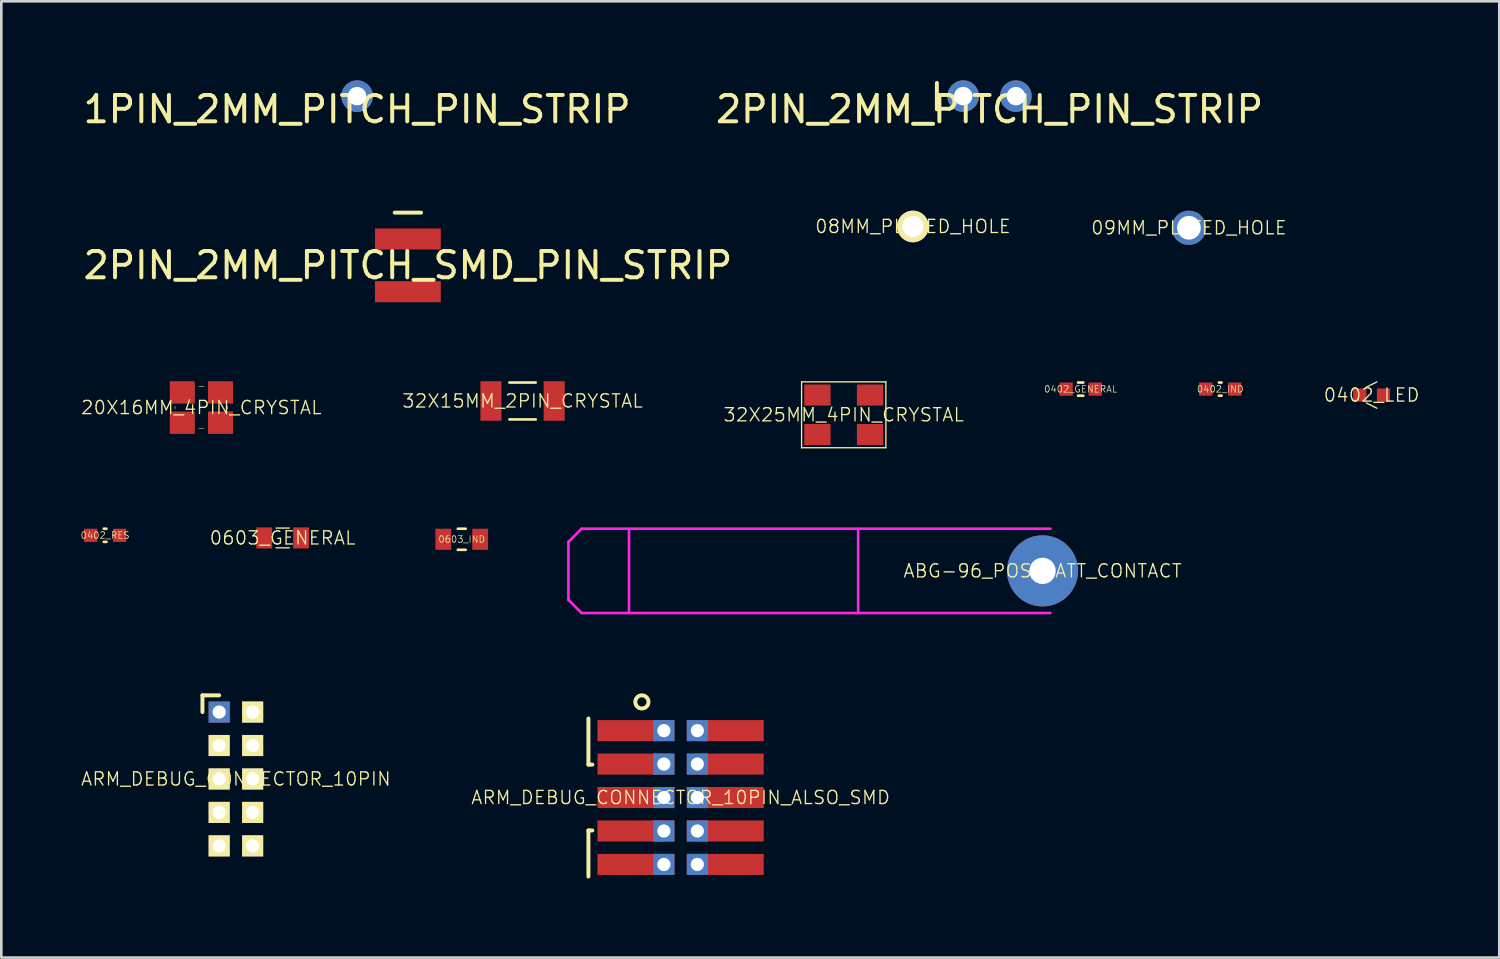
<source format=kicad_pcb>
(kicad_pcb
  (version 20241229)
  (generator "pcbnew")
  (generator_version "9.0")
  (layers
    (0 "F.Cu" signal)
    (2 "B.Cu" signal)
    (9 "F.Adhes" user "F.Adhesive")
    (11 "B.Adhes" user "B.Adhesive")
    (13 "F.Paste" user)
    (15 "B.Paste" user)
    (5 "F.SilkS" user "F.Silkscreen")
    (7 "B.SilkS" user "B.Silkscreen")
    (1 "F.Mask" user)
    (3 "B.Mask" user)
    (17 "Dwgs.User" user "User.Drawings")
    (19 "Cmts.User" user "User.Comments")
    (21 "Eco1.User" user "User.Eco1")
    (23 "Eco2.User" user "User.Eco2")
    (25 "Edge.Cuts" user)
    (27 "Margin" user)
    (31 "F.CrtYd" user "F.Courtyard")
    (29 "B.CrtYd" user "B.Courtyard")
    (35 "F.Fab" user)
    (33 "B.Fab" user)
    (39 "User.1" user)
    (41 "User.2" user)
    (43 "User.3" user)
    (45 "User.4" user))
  (footprint "0603_GENERAL"
    (layer "F.Cu")
    (at 7.681 17.373)
    (property "Reference" "0603_GENERAL" (at 0 0 0) (layer "F.SilkS") (effects (font (size 0.5 0.5) (thickness 0.05))))
    (attr smd)
    (fp_line (start -0.25 0.375) (end 0.25 0.375) (stroke (width 0.05) (type solid)) (layer "F.SilkS"))
    (fp_line (start 0.25 -0.375) (end -0.25 -0.375) (stroke (width 0.05) (type solid)) (layer "F.SilkS"))
    (pad "1" smd rect (at -0.7 0) (size 0.6 0.8) (layers "F.Cu" "F.Mask" "F.Paste"))
    (pad "2" smd rect (at 0.7 0) (size 0.6 0.8) (layers "F.Cu" "F.Mask" "F.Paste")))
  (footprint "2PIN_2MM_PITCH_PIN_STRIP"
    (layer "F.Cu")
    (at 34.518 0.6)
    (property "Reference" "2PIN_2MM_PITCH_PIN_STRIP" (at 0 0.5 0) (layer "F.SilkS") (effects (font (size 1 1) (thickness 0.15))))
    (attr through_hole)
    (fp_line (start -2 -0.5) (end -2 0.5) (stroke (width 0.15) (type solid)) (layer "F.SilkS"))
    (pad "1" thru_hole circle (at -1 0) (size 1.2 1.2) (drill 0.7) (layers "*.Cu" "*.Mask"))
    (pad "2" thru_hole circle (at 1 0) (size 1.2 1.2) (drill 0.7) (layers "*.Cu" "*.Mask")))
  (footprint "ARM_DEBUG_CONNECTOR_10PIN_ALSO_SMD"
    (layer "F.Cu")
    (at 22.789 27.228)
    (property "Reference" "ARM_DEBUG_CONNECTOR_10PIN_ALSO_SMD" (at 0 0 0) (layer "F.SilkS") (effects (font (size 0.5 0.5) (thickness 0.05))))
    (attr through_hole)
    (fp_line (start -3.5 -1.25) (end -3.5 -3) (stroke (width 0.15) (type solid)) (layer "F.SilkS"))
    (fp_line (start -3.5 -1.25) (end -3.35 -1.25) (stroke (width 0.15) (type solid)) (layer "F.SilkS"))
    (fp_line (start -3.5 1.25) (end -3.5 3) (stroke (width 0.15) (type solid)) (layer "F.SilkS"))
    (fp_line (start -3.5 1.25) (end -3.35 1.25) (stroke (width 0.15) (type solid)) (layer "F.SilkS"))
    (fp_circle (center -1.47 -3.63) (end -1.47 -3.38) (stroke (width 0.15) (type solid)) (fill no) (layer "F.SilkS"))
    (pad "1" smd rect (at -1.905 -2.54) (size 2.5 0.8) (layers "F.Cu" "F.Mask" "F.Paste"))
    (pad "1" thru_hole rect (at -0.635 -2.54) (size 0.8 0.8) (drill 0.5) (layers "*.Cu" "*.Mask"))
    (pad "2" thru_hole rect (at 0.635 -2.54) (size 0.8 0.8) (drill 0.5) (layers "*.Cu" "*.Mask"))
    (pad "2" smd rect (at 1.905 -2.54) (size 2.5 0.8) (layers "F.Cu" "F.Mask" "F.Paste"))
    (pad "3" smd rect (at -1.905 -1.27) (size 2.5 0.8) (layers "F.Cu" "F.Mask" "F.Paste"))
    (pad "3" thru_hole rect (at -0.635 -1.27) (size 0.8 0.8) (drill 0.5) (layers "*.Cu" "*.Mask"))
    (pad "4" thru_hole rect (at 0.635 -1.27) (size 0.8 0.8) (drill 0.5) (layers "*.Cu" "*.Mask"))
    (pad "4" smd rect (at 1.905 -1.27) (size 2.5 0.8) (layers "F.Cu" "F.Mask" "F.Paste"))
    (pad "5" smd rect (at -1.905 0) (size 2.5 0.8) (layers "F.Cu" "F.Mask" "F.Paste"))
    (pad "5" thru_hole rect (at -0.635 0) (size 0.8 0.8) (drill 0.5) (layers "*.Cu" "*.Mask"))
    (pad "6" thru_hole rect (at 0.635 0) (size 0.8 0.8) (drill 0.5) (layers "*.Cu" "*.Mask"))
    (pad "6" smd rect (at 1.905 0) (size 2.5 0.8) (layers "F.Cu" "F.Mask" "F.Paste"))
    (pad "7" smd rect (at -1.905 1.27) (size 2.5 0.8) (layers "F.Cu" "F.Mask" "F.Paste"))
    (pad "7" thru_hole rect (at -0.635 1.27) (size 0.8 0.8) (drill 0.5) (layers "*.Cu" "*.Mask"))
    (pad "8" thru_hole rect (at 0.635 1.27) (size 0.8 0.8) (drill 0.5) (layers "*.Cu" "*.Mask"))
    (pad "8" smd rect (at 1.905 1.27) (size 2.5 0.8) (layers "F.Cu" "F.Mask" "F.Paste"))
    (pad "9" smd rect (at -1.905 2.54) (size 2.5 0.8) (layers "F.Cu" "F.Mask" "F.Paste"))
    (pad "9" thru_hole rect (at -0.635 2.54) (size 0.8 0.8) (drill 0.5) (layers "*.Cu" "*.Mask"))
    (pad "10" thru_hole rect (at 0.635 2.54) (size 0.8 0.8) (drill 0.5) (layers "*.Cu" "*.Mask"))
    (pad "10" smd rect (at 1.905 2.54) (size 2.5 0.8) (layers "F.Cu" "F.Mask" "F.Paste")))
  (footprint "ARM_DEBUG_CONNECTOR_10PIN"
    (layer "F.Cu")
    (at 5.906 26.523)
    (property "Reference" "ARM_DEBUG_CONNECTOR_10PIN" (at 0 0 0) (layer "F.SilkS") (effects (font (size 0.5 0.5) (thickness 0.05))))
    (attr through_hole)
    (fp_line (start -1.27 -3.175) (end -1.27 -2.54) (stroke (width 0.15) (type solid)) (layer "F.SilkS"))
    (fp_line (start -0.635 -3.175) (end -1.27 -3.175) (stroke (width 0.15) (type solid)) (layer "F.SilkS"))
    (pad "1" thru_hole rect (at -0.635 -2.54) (size 0.8 0.8) (drill 0.5) (layers "*.Cu" "*.Mask"))
    (pad "2" thru_hole rect (at 0.635 -2.54) (size 0.8 0.8) (drill 0.5) (layers "*.Cu" "*.Mask" "F.SilkS"))
    (pad "3" thru_hole rect (at -0.635 -1.27) (size 0.8 0.8) (drill 0.5) (layers "*.Cu" "*.Mask" "F.SilkS"))
    (pad "4" thru_hole rect (at 0.635 -1.27) (size 0.8 0.8) (drill 0.5) (layers "*.Cu" "*.Mask" "F.SilkS"))
    (pad "5" thru_hole rect (at -0.635 0) (size 0.8 0.8) (drill 0.5) (layers "*.Cu" "*.Mask" "F.SilkS"))
    (pad "6" thru_hole rect (at 0.635 0) (size 0.8 0.8) (drill 0.5) (layers "*.Cu" "*.Mask" "F.SilkS"))
    (pad "7" thru_hole rect (at -0.635 1.27) (size 0.8 0.8) (drill 0.5) (layers "*.Cu" "*.Mask" "F.SilkS"))
    (pad "8" thru_hole rect (at 0.635 1.27) (size 0.8 0.8) (drill 0.5) (layers "*.Cu" "*.Mask" "F.SilkS"))
    (pad "9" thru_hole rect (at -0.635 2.54) (size 0.8 0.8) (drill 0.5) (layers "*.Cu" "*.Mask" "F.SilkS"))
    (pad "10" thru_hole rect (at 0.635 2.54) (size 0.8 0.8) (drill 0.5) (layers "*.Cu" "*.Mask" "F.SilkS")))
  (footprint "32X25MM_4PIN_CRYSTAL"
    (layer "F.Cu")
    (at 28.982 12.698)
    (property "Reference" "32X25MM_4PIN_CRYSTAL" (at 0 0 0) (layer "F.SilkS") (effects (font (size 0.5 0.5) (thickness 0.05))))
    (attr smd)
    (fp_line (start -1.6 -1.25) (end 1.6 -1.25) (stroke (width 0.05) (type solid)) (layer "F.SilkS"))
    (fp_line (start -1.6 1.25) (end -1.6 -1.25) (stroke (width 0.05) (type solid)) (layer "F.SilkS"))
    (fp_line (start 1.6 -1.25) (end 1.6 1.25) (stroke (width 0.05) (type solid)) (layer "F.SilkS"))
    (fp_line (start 1.6 1.25) (end -1.6 1.25) (stroke (width 0.05) (type solid)) (layer "F.SilkS"))
    (pad "1" smd rect (at -1 0.75) (size 1 0.8) (layers "F.Cu" "F.Mask" "F.Paste"))
    (pad "2" smd rect (at 1 0.75) (size 1 0.8) (layers "F.Cu" "F.Mask" "F.Paste"))
    (pad "3" smd rect (at 1 -0.75) (size 1 0.8) (layers "F.Cu" "F.Mask" "F.Paste"))
    (pad "4" smd rect (at -1 -0.75) (size 1 0.8) (layers "F.Cu" "F.Mask" "F.Paste")))
  (footprint "2PIN_2MM_PITCH_SMD_PIN_STRIP"
    (layer "F.Cu")
    (at 12.435 7.023)
    (property "Reference" "2PIN_2MM_PITCH_SMD_PIN_STRIP" (at 0 0 0) (layer "F.SilkS") (effects (font (size 1 1) (thickness 0.15))))
    (attr through_hole)
    (fp_line (start -0.5 -2) (end 0.5 -2) (stroke (width 0.15) (type solid)) (layer "F.SilkS"))
    (pad "1" smd rect (at 0 -1) (size 2.5 0.8) (layers "F.Cu" "F.Mask"))
    (pad "2" smd rect (at 0 1) (size 2.5 0.8) (layers "F.Cu" "F.Mask")))
  (footprint "1PIN_2MM_PITCH_PIN_STRIP"
    (layer "F.Cu")
    (at 10.506 0.6)
    (property "Reference" "1PIN_2MM_PITCH_PIN_STRIP" (at 0 0.5 0) (layer "F.SilkS") (effects (font (size 1 1) (thickness 0.15))))
    (attr through_hole)
    (pad "1" thru_hole circle (at 0 0) (size 1.2 1.2) (drill 0.7) (layers "*.Cu" "*.Mask")))
  (footprint "32X15MM_2PIN_CRYSTAL"
    (layer "F.Cu")
    (at 16.789 12.173)
    (property "Reference" "32X15MM_2PIN_CRYSTAL" (at 0 0 0) (layer "F.SilkS") (effects (font (size 0.5 0.5) (thickness 0.05))))
    (attr through_hole)
    (fp_line (start -0.5 -0.7) (end 0.5 -0.7) (stroke (width 0.1) (type solid)) (layer "F.SilkS"))
    (fp_line (start -0.5 0.7) (end 0.5 0.7) (stroke (width 0.1) (type solid)) (layer "F.SilkS"))
    (pad "1" smd rect (at -1.2 0) (size 0.8 1.5) (layers "F.Cu" "F.Mask" "F.Paste"))
    (pad "2" smd rect (at 1.2 0) (size 0.8 1.5) (layers "F.Cu" "F.Mask" "F.Paste")))
  (footprint "0402_GENERAL"
    (layer "F.Cu")
    (at 37.978 11.723)
    (property "Reference" "0402_GENERAL" (at 0 0 0) (layer "F.SilkS") (effects (font (size 0.25 0.25) (thickness 0.025))))
    (attr smd)
    (fp_line (start -0.1 -0.25) (end 0.1 -0.25) (stroke (width 0.1) (type solid)) (layer "F.SilkS"))
    (fp_line (start -0.1 0.25) (end 0.1 0.25) (stroke (width 0.1) (type solid)) (layer "F.SilkS"))
    (pad "1" smd rect (at -0.55 0) (size 0.5 0.5) (layers "F.Cu" "F.Mask" "F.Paste"))
    (pad "2" smd rect (at 0.55 0) (size 0.5 0.5) (layers "F.Cu" "F.Mask" "F.Paste")))
  (footprint "0402_LED"
    (layer "F.Cu")
    (at 49.023 11.948)
    (property "Reference" "0402_LED" (at 0 0 0) (layer "F.SilkS") (effects (font (size 0.5 0.5) (thickness 0.05))))
    (attr smd)
    (fp_line (start -0.2 -0.3) (end 0.2 -0.5) (stroke (width 0.05) (type solid)) (layer "F.SilkS"))
    (fp_line (start -0.2 0.3) (end 0.2 0.5) (stroke (width 0.05) (type solid)) (layer "F.SilkS"))
    (pad "1" smd rect (at -0.45 0) (size 0.5 0.5) (layers "F.Cu" "F.Mask" "F.Paste"))
    (pad "2" smd rect (at 0.45 0) (size 0.5 0.5) (layers "F.Cu" "F.Mask" "F.Paste")))
  (footprint "0603_IND"
    (layer "F.Cu")
    (at 14.48 17.423)
    (property "Reference" "0603_IND" (at 0 0 0) (layer "F.SilkS") (effects (font (size 0.25 0.25) (thickness 0.025))))
    (attr smd)
    (fp_line (start -0.15 -0.4) (end 0.15 -0.4) (stroke (width 0.1) (type solid)) (layer "F.SilkS"))
    (fp_line (start -0.15 0.4) (end 0.15 0.4) (stroke (width 0.1) (type solid)) (layer "F.SilkS"))
    (pad "1" smd rect (at -0.7 0) (size 0.6 0.8) (layers "F.Cu" "F.Mask" "F.Paste"))
    (pad "2" smd rect (at 0.7 0) (size 0.6 0.8) (layers "F.Cu" "F.Mask" "F.Paste")))
  (footprint "08MM_PLATED_HOLE"
    (layer "F.Cu")
    (at 31.608 5.548)
    (property "Reference" "08MM_PLATED_HOLE" (at 0 0 0) (layer "F.SilkS") (effects (font (size 0.5 0.5) (thickness 0.05))))
    (attr through_hole)
    (pad "1" thru_hole circle (at 0 0) (size 1.2 1.2) (drill 0.8) (layers "*.Cu" "*.Mask" "F.SilkS")))
  (footprint "20X16MM_4PIN_CRYSTAL"
    (layer "F.Cu")
    (at 4.596 12.423)
    (property "Reference" "20X16MM_4PIN_CRYSTAL" (at 0 0 0) (layer "F.SilkS") (effects (font (size 0.5 0.5) (thickness 0.05))))
    (attr smd)
    (fp_line (start -1 -0.05) (end -1 0.05) (stroke (width 0.02) (type solid)) (layer "F.SilkS"))
    (fp_line (start -0.1 -0.8) (end 0.1 -0.8) (stroke (width 0.02) (type solid)) (layer "F.SilkS"))
    (fp_line (start -0.1 0.8) (end 0.1 0.8) (stroke (width 0.02) (type solid)) (layer "F.SilkS"))
    (fp_line (start 1 -0.05) (end 1 0.05) (stroke (width 0.02) (type solid)) (layer "F.SilkS"))
    (pad "1" smd rect (at -0.725 0.575) (size 0.95 0.85) (layers "F.Cu" "F.Mask" "F.Paste"))
    (pad "2" smd rect (at 0.725 0.575) (size 0.95 0.85) (layers "F.Cu" "F.Mask" "F.Paste"))
    (pad "3" smd rect (at 0.725 -0.575) (size 0.95 0.85) (layers "F.Cu" "F.Mask" "F.Paste"))
    (pad "4" smd rect (at -0.725 -0.575) (size 0.95 0.85) (layers "F.Cu" "F.Mask" "F.Paste")))
  (footprint "09MM_PLATED_HOLE"
    (layer "F.Cu")
    (at 42.087 5.598)
    (property "Reference" "09MM_PLATED_HOLE" (at 0 0 0) (layer "F.SilkS") (effects (font (size 0.5 0.5) (thickness 0.05))))
    (attr through_hole)
    (pad "1" thru_hole circle (at 0 0) (size 1.3 1.3) (drill 0.9) (layers "*.Cu" "*.Mask")))
  (footprint "0402_IND"
    (layer "F.Cu")
    (at 43.277 11.723)
    (property "Reference" "0402_IND" (at 0 0 0) (layer "F.SilkS") (effects (font (size 0.25 0.25) (thickness 0.025))))
    (attr smd)
    (fp_line (start -0.05 -0.25) (end 0.05 -0.25) (stroke (width 0.1) (type solid)) (layer "F.SilkS"))
    (fp_line (start -0.05 0.25) (end 0.05 0.25) (stroke (width 0.1) (type solid)) (layer "F.SilkS"))
    (pad "1" smd rect (at -0.55 0) (size 0.5 0.5) (layers "F.Cu" "F.Mask" "F.Paste"))
    (pad "2" smd rect (at 0.55 0) (size 0.5 0.5) (layers "F.Cu" "F.Mask" "F.Paste")))
  (footprint "ABG-96_POS_BATT_CONTACT"
    (layer "F.Cu")
    (at 36.53 18.623)
    (property "Reference" "ABG-96_POS_BATT_CONTACT" (at 0 0 0) (layer "F.SilkS") (effects (font (size 0.5 0.5) (thickness 0.05))))
    (attr through_hole)
    (fp_line (start -18 1.1) (end -18 -1.1) (stroke (width 0.1) (type solid)) (layer "F.CrtYd"))
    (fp_line (start -18 1.1) (end -17.5 1.6) (stroke (width 0.1) (type solid)) (layer "F.CrtYd"))
    (fp_line (start -17.5 -1.6) (end -18 -1.1) (stroke (width 0.1) (type solid)) (layer "F.CrtYd"))
    (fp_line (start -17.5 -1.6) (end 0.3 -1.6) (stroke (width 0.1) (type solid)) (layer "F.CrtYd"))
    (fp_line (start -15.7 -1.6) (end -15.7 1.6) (stroke (width 0.1) (type solid)) (layer "F.CrtYd"))
    (fp_line (start -7 -1.6) (end -7 1.6) (stroke (width 0.1) (type solid)) (layer "F.CrtYd"))
    (fp_line (start 0.3 1.6) (end -17.5 1.6) (stroke (width 0.1) (type solid)) (layer "F.CrtYd"))
    (pad "1" thru_hole circle (at 0 0) (size 2.7 2.7) (drill 1) (layers "*.Cu" "*.Mask")))
  (footprint "0402_RES"
    (layer "F.Cu")
    (at 0.941 17.273)
    (property "Reference" "0402_RES" (at 0 0 0) (layer "F.SilkS") (effects (font (size 0.25 0.25) (thickness 0.025))))
    (attr smd)
    (fp_line (start -0.05 -0.25) (end 0.05 -0.25) (stroke (width 0.1) (type solid)) (layer "F.SilkS"))
    (fp_line (start -0.05 0.25) (end 0.05 0.25) (stroke (width 0.1) (type solid)) (layer "F.SilkS"))
    (pad "1" smd rect (at -0.55 0) (size 0.5 0.5) (layers "F.Cu" "F.Mask" "F.Paste"))
    (pad "2" smd rect (at 0.55 0) (size 0.5 0.5) (layers "F.Cu" "F.Mask" "F.Paste")))
  (gr_rect
    (start -3 -3)
    (end 53.869 33.303)
    (stroke (width 0.1) (type default))
    (fill no)
    (layer "Edge.Cuts")))
</source>
